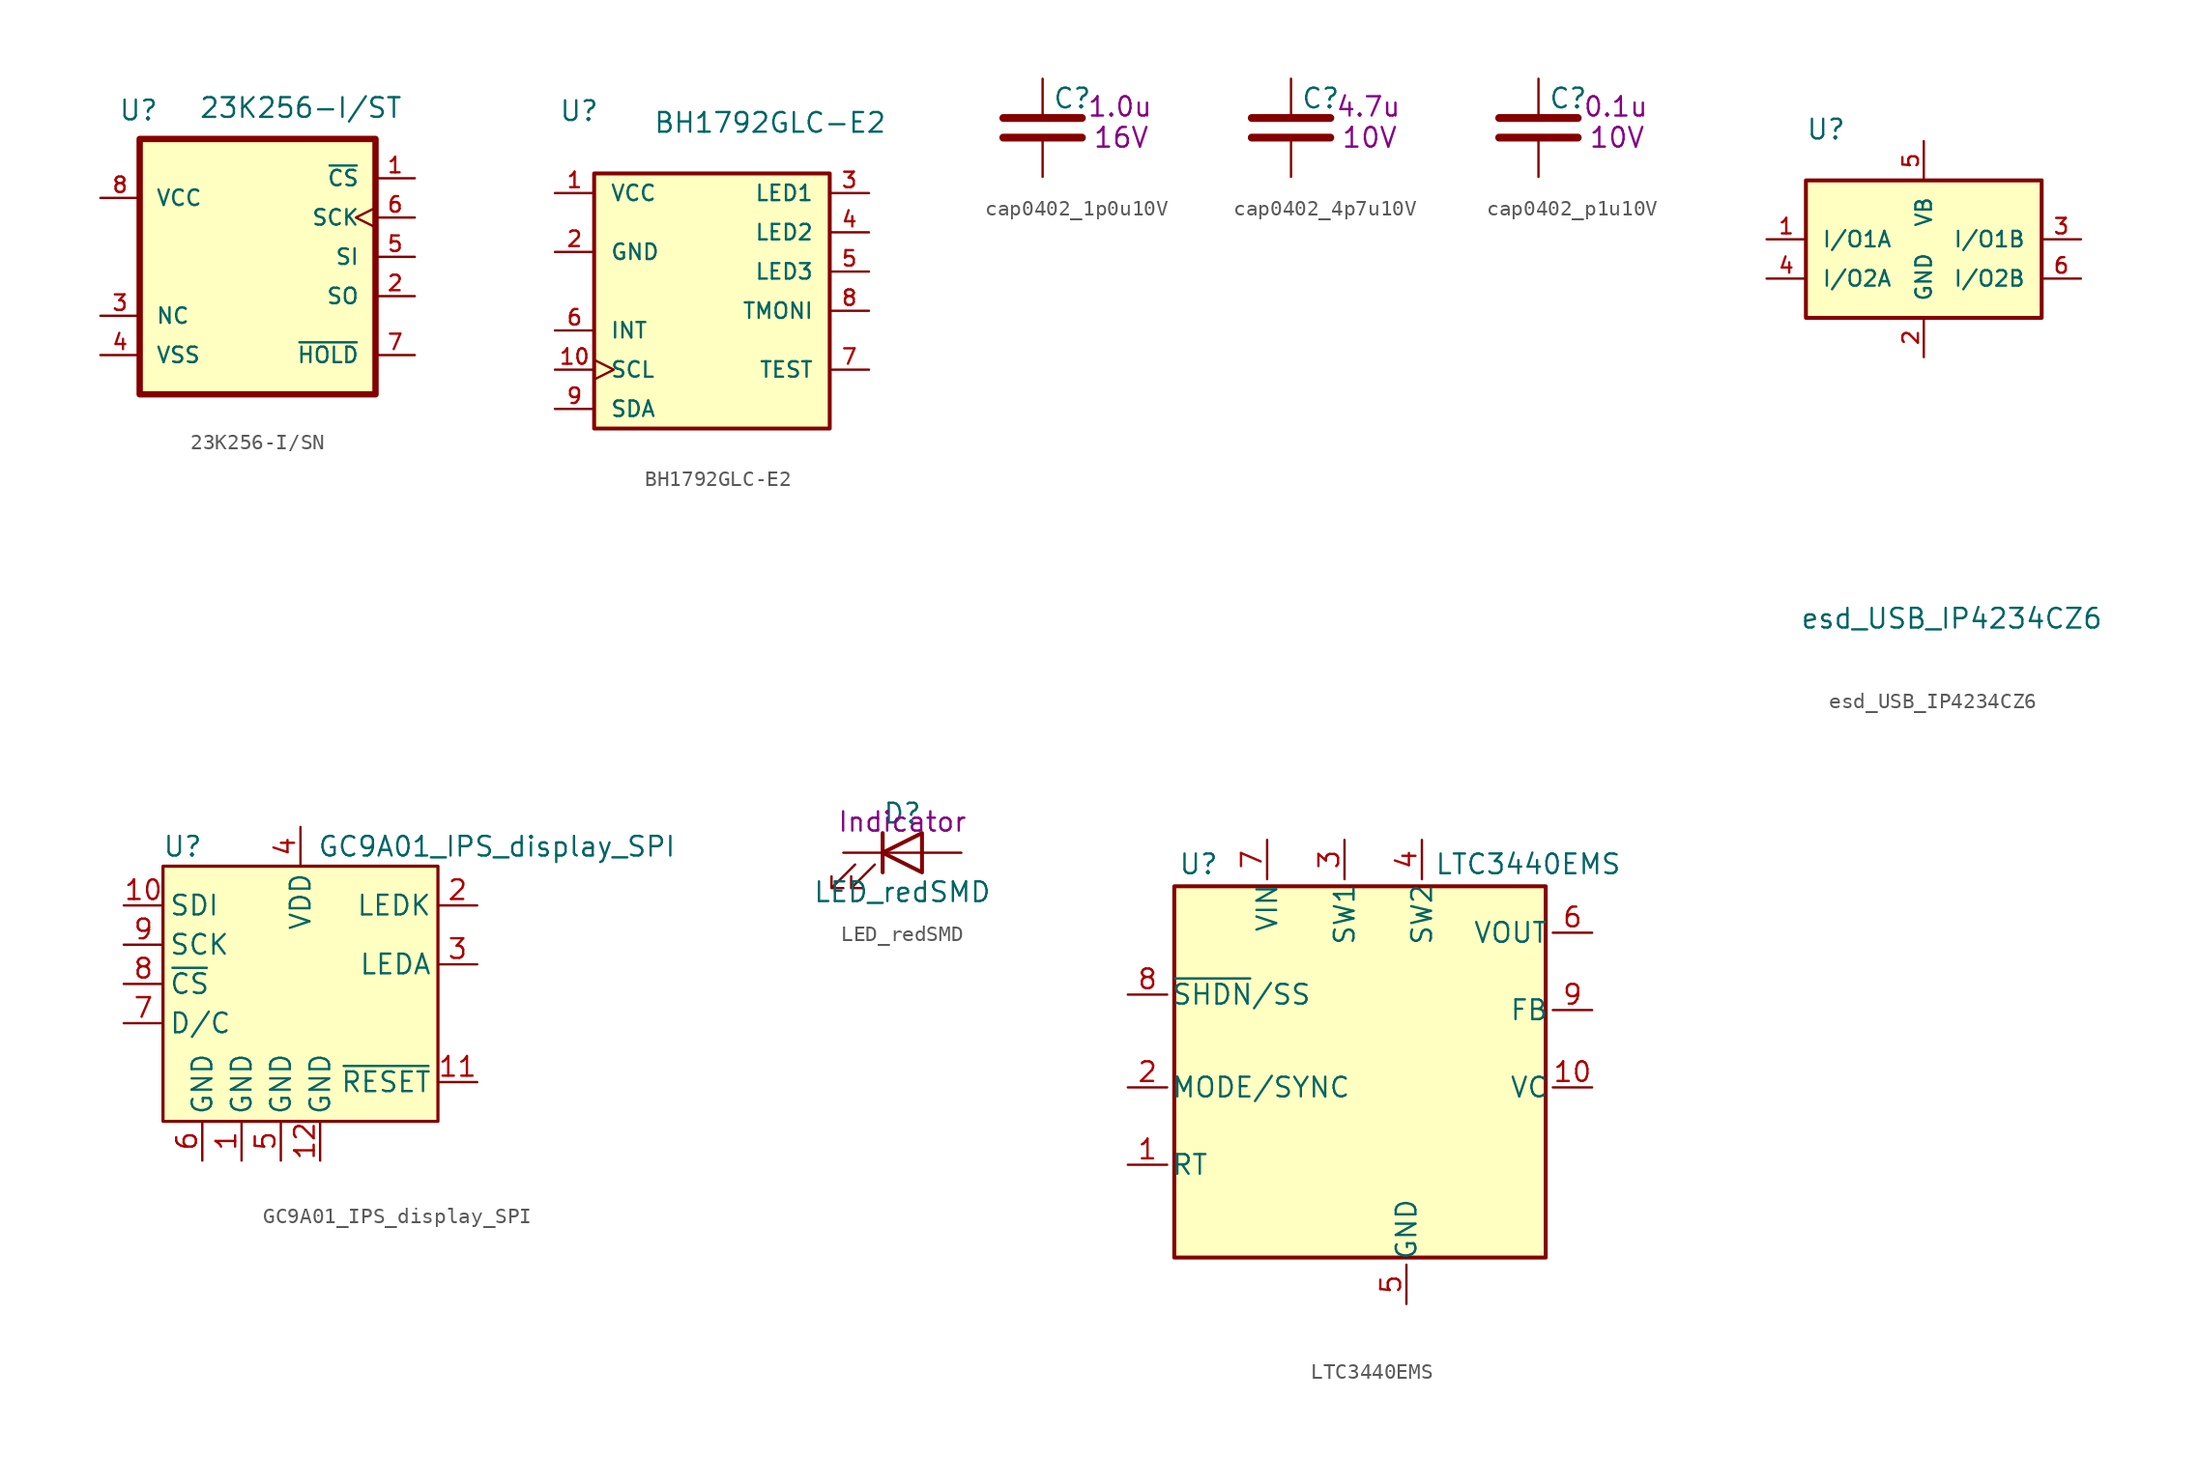
<source format=kicad_sym>
(kicad_symbol_lib
  (version 20220914)
  (generator kicad_symbol_editor)
  (symbol "23K256-I/SN"
    (pin_names
      (offset 1.016))
    (property "Reference" "U"
      (at -9 10 0)
      (effects (font (size 1.27 1.27)) (justify left bottom)))
    (property "Value" "23K256-I/ST"
      (at -3.81 10.16 0)
      (effects (font (size 1.27 1.27)) (justify left bottom)))
    (property "MPN" "23K256T-I/ST"
      (at 2 -22 0)
      (effects (font (size 1.27 1.27)) (justify bottom) hide))
    (symbol "23K256-I/SN_0_0"
      (rectangle (start -7.62 8.89) (end 7.62 -7.62) (stroke (width 0.41) (type default)) (fill (type background)))
      (pin input line (at 10.16 6.35 180) (length 2.54) (name "~{CS}" (effects (font (size 1 1)))) (number "1" (effects (font (size 1 1)))))
      (pin output line (at 10.16 -1.27 180) (length 2.54) (name "SO" (effects (font (size 1 1)))) (number "2" (effects (font (size 1 1)))))
      (pin unspecified line (at -10.16 -2.54 0) (length 2.54) (name "NC" (effects (font (size 1 1)))) (number "3" (effects (font (size 1 1)))))
      (pin power_in line (at -10.16 -5.08 0) (length 2.54) (name "VSS" (effects (font (size 1 1)))) (number "4" (effects (font (size 1 1)))))
      (pin input line (at 10.16 1.27 180) (length 2.54) (name "SI" (effects (font (size 1 1)))) (number "5" (effects (font (size 1 1)))))
      (pin input clock (at 10.16 3.81 180) (length 2.54) (name "SCK" (effects (font (size 1 1)))) (number "6" (effects (font (size 1 1)))))
      (pin input line (at 10.16 -5.08 180) (length 2.54) (name "~{HOLD}" (effects (font (size 1 1)))) (number "7" (effects (font (size 1 1)))))
      (pin power_in line (at -10.16 5.08 0) (length 2.54) (name "VCC" (effects (font (size 1 1)))) (number "8" (effects (font (size 1 1)))))))
  (symbol "BH1792GLC-E2"
    (pin_names
      (offset 1.016))
    (property "Reference" "U"
      (at -9.906 13.462 0)
      (effects (font (size 1.27 1.27)) (justify left bottom)))
    (property "Value" "BH1792GLC-E2"
      (at -3.81 12.7 0)
      (effects (font (size 1.27 1.27)) (justify left bottom)))
    (symbol "BH1792GLC-E2_0_0"
      (rectangle (start -7.62 10.16) (end 7.62 -6.35) (stroke (width 0.254) (type default)) (fill (type background)))
      (pin power_in line (at -10.16 8.89 0) (length 2.54) (name "VCC" (effects (font (size 1 1)))) (number "1" (effects (font (size 1 1)))))
      (pin input clock (at -10.16 -2.54 0) (length 2.54) (name "SCL" (effects (font (size 1 1)))) (number "10" (effects (font (size 1 1)))))
      (pin power_in line (at -10.16 5.08 0) (length 2.54) (name "GND" (effects (font (size 1 1)))) (number "2" (effects (font (size 1 1)))))
      (pin output line (at 10.16 8.89 180) (length 2.54) (name "LED1" (effects (font (size 1 1)))) (number "3" (effects (font (size 1 1)))))
      (pin output line (at 10.16 6.35 180) (length 2.54) (name "LED2" (effects (font (size 1 1)))) (number "4" (effects (font (size 1 1)))))
      (pin output line (at 10.16 3.81 180) (length 2.54) (name "LED3" (effects (font (size 1 1)))) (number "5" (effects (font (size 1 1)))))
      (pin input line (at -10.16 0 0) (length 2.54) (name "INT" (effects (font (size 1 1)))) (number "6" (effects (font (size 1 1)))))
      (pin output line (at 10.16 -2.54 180) (length 2.54) (name "TEST" (effects (font (size 1 1)))) (number "7" (effects (font (size 1 1)))))
      (pin output line (at 10.16 1.27 180) (length 2.54) (name "TMONI" (effects (font (size 1 1)))) (number "8" (effects (font (size 1 1)))))
      (pin bidirectional line (at -10.16 -5.08 0) (length 2.54) (name "SDA" (effects (font (size 1 1)))) (number "9" (effects (font (size 1 1)))))))
  (symbol "cap0402_1p0u10V"
    (pin_numbers hide)
    (pin_names
      (offset 0.254))
    (property "Reference" "C"
      (at 0.635 2.54 0)
      (effects (font (size 1.27 1.27)) (justify left)))
    (property "Voltage" "16V"
      (at 5.08 0 0)
      (effects (font (size 1.27 1.27))))
    (property "Capacitance" "1.0u"
      (at 5 2 0)
      (effects (font (size 1.245 1.245))))
    (symbol "cap0402_1p0u10V_0_1"
      (polyline (pts (xy -2.54 0) (xy 2.54 0)) (stroke (width 0.508) (type default)) (fill (type none)))
      (polyline (pts (xy -2.54 1.27) (xy 2.54 1.27)) (stroke (width 0.508) (type default)) (fill (type none))))
    (symbol "cap0402_1p0u10V_1_1"
      (pin passive line (at 0 3.81 270) (length 2.54) (name "~" (effects (font (size 1.27 1.27)))) (number "1" (effects (font (size 1.27 1.27)))))
      (pin passive line (at 0 -2.54 90) (length 2.54) (name "~" (effects (font (size 1.27 1.27)))) (number "2" (effects (font (size 1.27 1.27)))))))
  (symbol "cap0402_4p7u10V"
    (pin_numbers hide)
    (pin_names
      (offset 0.254))
    (property "Reference" "C"
      (at 0.635 2.54 0)
      (effects (font (size 1.27 1.27)) (justify left)))
    (property "Voltage" "10V"
      (at 5.08 0 0)
      (effects (font (size 1.27 1.27))))
    (property "Capacitance" "4.7u"
      (at 5 2 0)
      (effects (font (size 1.245 1.245))))
    (symbol "cap0402_4p7u10V_0_1"
      (polyline (pts (xy -2.54 0) (xy 2.54 0)) (stroke (width 0.508) (type default)) (fill (type none)))
      (polyline (pts (xy -2.54 1.27) (xy 2.54 1.27)) (stroke (width 0.508) (type default)) (fill (type none))))
    (symbol "cap0402_4p7u10V_1_1"
      (pin passive line (at 0 3.81 270) (length 2.54) (name "~" (effects (font (size 2.54 2.54)))) (number "1" (effects (font (size 2.54 2.54)))))
      (pin passive line (at 0 -2.54 90) (length 2.54) (name "~" (effects (font (size 1.27 1.27)))) (number "2" (effects (font (size 1.27 1.27)))))))
  (symbol "cap0402_p1u10V"
    (pin_numbers hide)
    (pin_names
      (offset 0.254))
    (property "Reference" "C"
      (at 0.635 2.54 0)
      (effects (font (size 1.27 1.27)) (justify left)))
    (property "Voltage" "10V"
      (at 5.08 0 0)
      (effects (font (size 1.27 1.27))))
    (property "Capacitance" "0.1u"
      (at 5 2 0)
      (effects (font (size 1.245 1.245))))
    (symbol "cap0402_p1u10V_0_1"
      (polyline (pts (xy -2.54 0) (xy 2.54 0)) (stroke (width 0.508) (type default)) (fill (type none)))
      (polyline (pts (xy -2.54 1.27) (xy 2.54 1.27)) (stroke (width 0.508) (type default)) (fill (type none))))
    (symbol "cap0402_p1u10V_1_1"
      (pin passive line (at 0 3.81 270) (length 2.54) (name "~" (effects (font (size 1.27 1.27)))) (number "1" (effects (font (size 1.27 1.27)))))
      (pin passive line (at 0 -2.54 90) (length 2.54) (name "~" (effects (font (size 1.27 1.27)))) (number "2" (effects (font (size 1.27 1.27)))))))
  (symbol "esd_USB_IP4234CZ6"
    (pin_names
      (offset 1.016))
    (property "Reference" "U"
      (at -7.633 7.633 0)
      (effects (font (size 1.27 1.27)) (justify left bottom)))
    (property "Value" "esd_USB_IP4234CZ6"
      (at -8 -24 0)
      (effects (font (size 1.27 1.27)) (justify left bottom)))
    (property "MPN" "IP4234CZ6,125"
      (at 1 -15 0)
      (effects (font (size 1.245 1.245)) hide))
    (symbol "esd_USB_IP4234CZ6_0_0"
      (rectangle (start -7.62 5.08) (end 7.62 -3.81) (stroke (width 0.254) (type default)) (fill (type background))))
    (symbol "esd_USB_IP4234CZ6_1_0"
      (pin bidirectional line (at -10.16 1.27 0) (length 2.54) (name "I/O1A" (effects (font (size 1 1)))) (number "1" (effects (font (size 1 1)))))
      (pin bidirectional line (at 0 -6.35 90) (length 2.54) (name "GND" (effects (font (size 1 1)))) (number "2" (effects (font (size 1 1)))))
      (pin bidirectional line (at 10.16 1.27 180) (length 2.54) (name "I/O1B" (effects (font (size 1 1)))) (number "3" (effects (font (size 1 1)))))
      (pin bidirectional line (at -10.16 -1.27 0) (length 2.54) (name "I/O2A" (effects (font (size 1 1)))) (number "4" (effects (font (size 1 1)))))
      (pin bidirectional line (at 0 7.62 270) (length 2.54) (name "VB" (effects (font (size 1 1)))) (number "5" (effects (font (size 1 1)))))
      (pin bidirectional line (at 10.16 -1.27 180) (length 2.54) (name "I/O2B" (effects (font (size 1 1)))) (number "6" (effects (font (size 1 1)))))))
  (symbol "GC9A01_IPS_display_SPI"
    (pin_names
      (offset 0.381))
    (property "Reference" "U"
      (at -7.62 11.43 0)
      (effects (font (size 1.27 1.27))))
    (property "Value" "GC9A01_IPS_display_SPI"
      (at 12.7 11.43 0)
      (effects (font (size 1.27 1.27))))
    (symbol "GC9A01_IPS_display_SPI_0_0"
      (pin power_in line (at -3.81 -8.89 90) (length 2.54) (name "GND" (effects (font (size 1.27 1.27)))) (number "1" (effects (font (size 1.27 1.27)))))
      (pin bidirectional line (at -11.43 7.62 0) (length 2.54) (name "SDI" (effects (font (size 1.27 1.27)))) (number "10" (effects (font (size 1.27 1.27)))))
      (pin input line (at 11.43 -3.81 180) (length 2.54) (name "~{RESET}" (effects (font (size 1.27 1.27)))) (number "11" (effects (font (size 1.27 1.27)))))
      (pin power_in line (at 1.27 -8.89 90) (length 2.54) (name "GND" (effects (font (size 1.27 1.27)))) (number "12" (effects (font (size 1.27 1.27)))))
      (pin passive line (at 11.43 7.62 180) (length 2.54) (name "LEDK" (effects (font (size 1.27 1.27)))) (number "2" (effects (font (size 1.27 1.27)))))
      (pin passive line (at 11.43 3.81 180) (length 2.54) (name "LEDA" (effects (font (size 1.27 1.27)))) (number "3" (effects (font (size 1.27 1.27)))))
      (pin power_in line (at 0 12.7 270) (length 2.54) (name "VDD" (effects (font (size 1.27 1.27)))) (number "4" (effects (font (size 1.27 1.27)))))
      (pin power_in line (at -1.27 -8.89 90) (length 2.54) (name "GND" (effects (font (size 1.27 1.27)))) (number "5" (effects (font (size 1.27 1.27)))))
      (pin power_in line (at -6.35 -8.89 90) (length 2.54) (name "GND" (effects (font (size 1.27 1.27)))) (number "6" (effects (font (size 1.27 1.27)))))
      (pin input line (at -11.43 0 0) (length 2.54) (name "D/C" (effects (font (size 1.27 1.27)))) (number "7" (effects (font (size 1.27 1.27)))))
      (pin input line (at -11.43 2.54 0) (length 2.54) (name "~{CS}" (effects (font (size 1.27 1.27)))) (number "8" (effects (font (size 1.27 1.27)))))
      (pin input line (at -11.43 5.08 0) (length 2.54) (name "SCK" (effects (font (size 1.27 1.27)))) (number "9" (effects (font (size 1.27 1.27))))))
    (symbol "GC9A01_IPS_display_SPI_0_1"
      (rectangle (start -8.89 10.16) (end 8.89 -6.35) (stroke (width 0.203) (type default)) (fill (type background)))))
  (symbol "LED_redSMD"
    (pin_numbers hide)
    (pin_names
      (offset 1.016) hide)
    (property "Reference" "D"
      (at 0 2.54 0)
      (effects (font (size 1.27 1.27))))
    (property "Value" "LED_redSMD"
      (at 0 -2.54 0)
      (effects (font (size 1.27 1.27))))
    (property "NOTE" "Indicator"
      (at 0 2 0)
      (effects (font (size 1.245 1.245))))
    (symbol "LED_redSMD_0_1"
      (polyline (pts (xy -1.27 -1.27) (xy -1.27 1.27)) (stroke (width 0.254) (type default)) (fill (type none)))
      (polyline (pts (xy -1.27 0) (xy 1.27 0)) (stroke (width 0) (type default)) (fill (type none)))
      (polyline (pts (xy 1.27 -1.27) (xy 1.27 1.27) (xy -1.27 0) (xy 1.27 -1.27)) (stroke (width 0.254) (type default)) (fill (type none)))
      (polyline (pts (xy -3.048 -0.762) (xy -4.572 -2.286) (xy -3.81 -2.286) (xy -4.572 -2.286) (xy -4.572 -1.524)) (stroke (width 0) (type default)) (fill (type none)))
      (polyline (pts (xy -1.778 -0.762) (xy -3.302 -2.286) (xy -2.54 -2.286) (xy -3.302 -2.286) (xy -3.302 -1.524)) (stroke (width 0) (type default)) (fill (type none))))
    (symbol "LED_redSMD_1_1"
      (pin passive line (at -3.81 0 0) (length 2.54) (name "K" (effects (font (size 1.27 1.27)))) (number "1" (effects (font (size 1.27 1.27)))))
      (pin passive line (at 3.81 0 180) (length 2.54) (name "A" (effects (font (size 1.27 1.27)))) (number "2" (effects (font (size 1.27 1.27)))))))
  (symbol "LTC3440EMS"
    (pin_names
      (offset 0.254))
    (property "Reference" "U"
      (at -11.43 11.43 0)
      (effects (font (size 1.27 1.27))))
    (property "Value" "LTC3440EMS"
      (at 3.81 11.43 0)
      (effects (font (size 1.27 1.27)) (justify left)))
    (symbol "LTC3440EMS_0_1"
      (rectangle (start -13 10) (end 11 -14) (stroke (width 0.254) (type default)) (fill (type background))))
    (symbol "LTC3440EMS_1_1"
      (pin input line (at -16 -8 0) (length 2.54) (name "RT" (effects (font (size 1.27 1.27)))) (number "1" (effects (font (size 1.27 1.27)))))
      (pin input line (at 14 -3 180) (length 2.54) (name "VC" (effects (font (size 1.27 1.27)))) (number "10" (effects (font (size 1.27 1.27)))))
      (pin input line (at -16 -3 0) (length 2.54) (name "MODE/SYNC" (effects (font (size 1.27 1.27)))) (number "2" (effects (font (size 1.27 1.27)))))
      (pin bidirectional line (at -2 13 270) (length 2.54) (name "SW1" (effects (font (size 1.27 1.27)))) (number "3" (effects (font (size 1.27 1.27)))))
      (pin bidirectional line (at 3 13 270) (length 2.54) (name "SW2" (effects (font (size 1.27 1.27)))) (number "4" (effects (font (size 1.27 1.27)))))
      (pin power_in line (at 2 -17 90) (length 2.54) (name "GND" (effects (font (size 1.27 1.27)))) (number "5" (effects (font (size 1.27 1.27)))))
      (pin power_out line (at 14 7 180) (length 2.54) (name "VOUT" (effects (font (size 1.27 1.27)))) (number "6" (effects (font (size 1.27 1.27)))))
      (pin power_in line (at -7 13 270) (length 2.54) (name "VIN" (effects (font (size 1.27 1.27)))) (number "7" (effects (font (size 1.27 1.27)))))
      (pin input line (at -16 3 0) (length 2.54) (name "~{SHDN}/SS" (effects (font (size 1.27 1.27)))) (number "8" (effects (font (size 1.27 1.27)))))
      (pin input line (at 14 2 180) (length 2.54) (name "FB" (effects (font (size 1.27 1.27)))) (number "9" (effects (font (size 1.27 1.27))))))))
</source>
